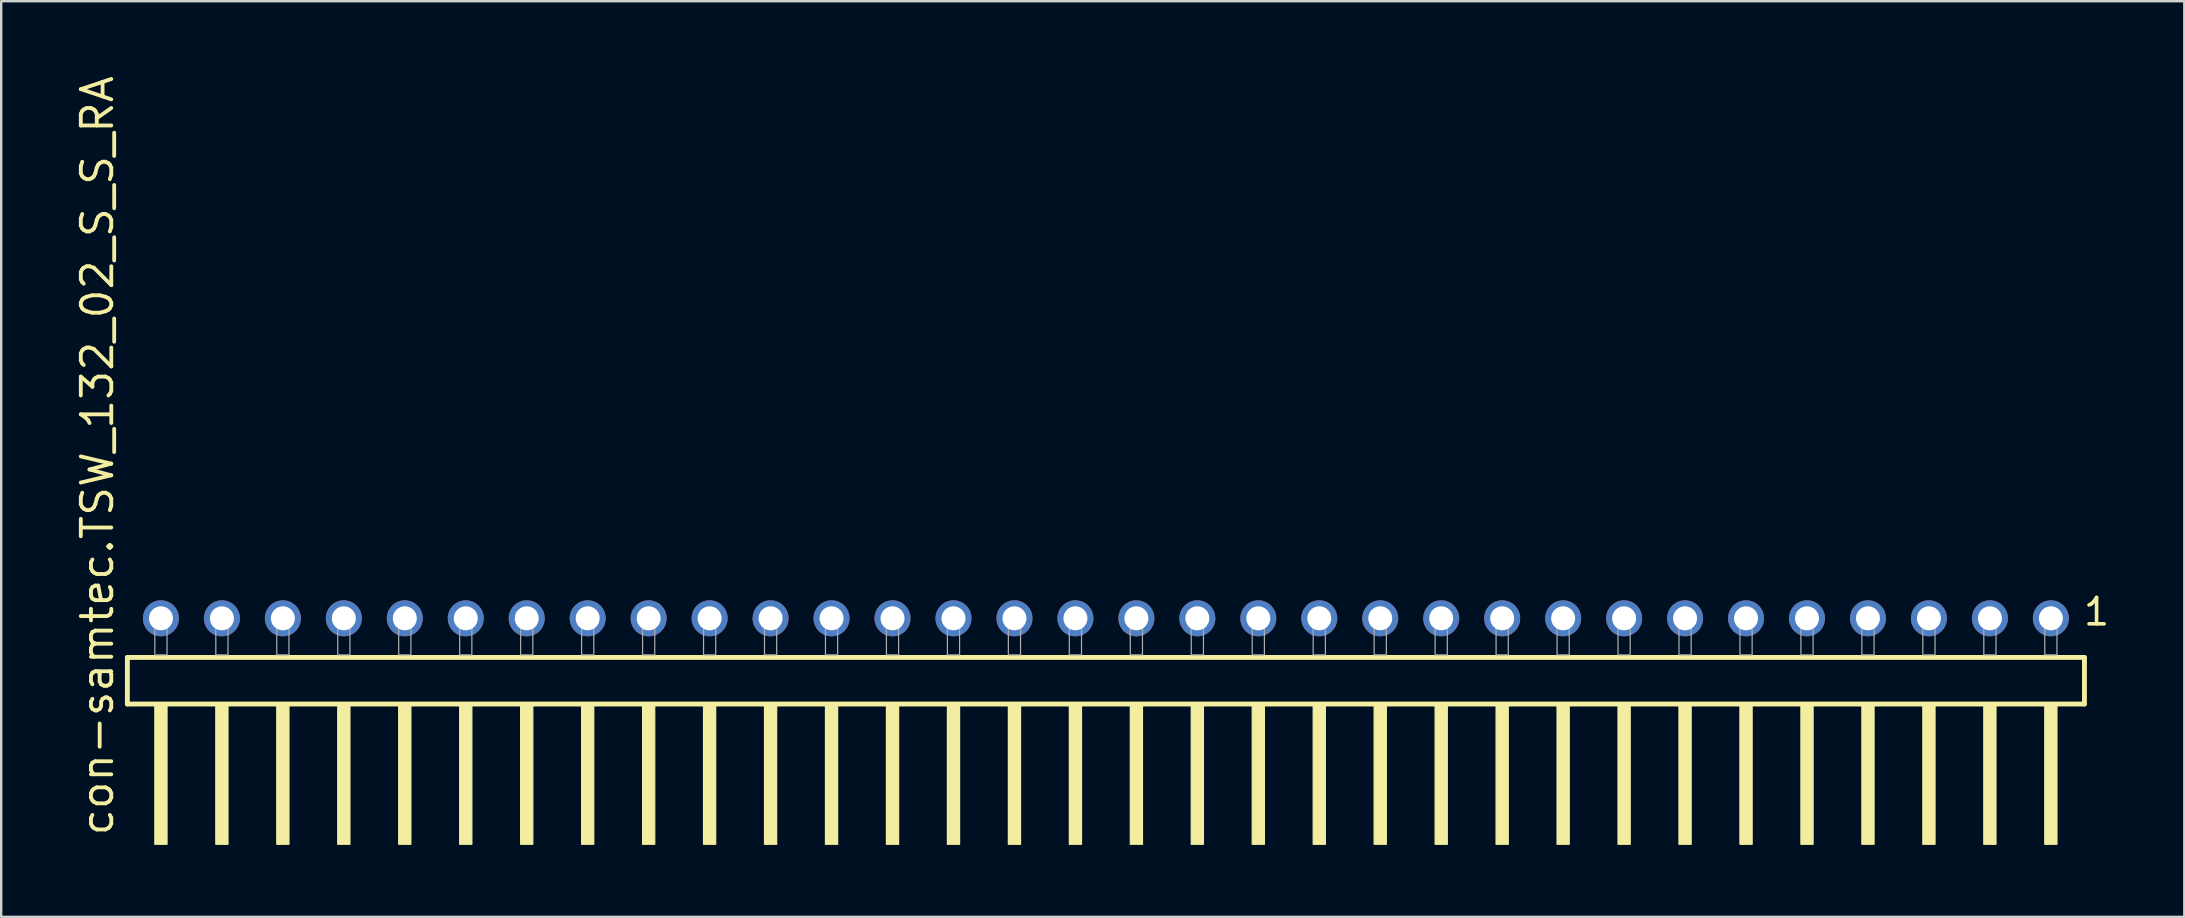
<source format=kicad_pcb>
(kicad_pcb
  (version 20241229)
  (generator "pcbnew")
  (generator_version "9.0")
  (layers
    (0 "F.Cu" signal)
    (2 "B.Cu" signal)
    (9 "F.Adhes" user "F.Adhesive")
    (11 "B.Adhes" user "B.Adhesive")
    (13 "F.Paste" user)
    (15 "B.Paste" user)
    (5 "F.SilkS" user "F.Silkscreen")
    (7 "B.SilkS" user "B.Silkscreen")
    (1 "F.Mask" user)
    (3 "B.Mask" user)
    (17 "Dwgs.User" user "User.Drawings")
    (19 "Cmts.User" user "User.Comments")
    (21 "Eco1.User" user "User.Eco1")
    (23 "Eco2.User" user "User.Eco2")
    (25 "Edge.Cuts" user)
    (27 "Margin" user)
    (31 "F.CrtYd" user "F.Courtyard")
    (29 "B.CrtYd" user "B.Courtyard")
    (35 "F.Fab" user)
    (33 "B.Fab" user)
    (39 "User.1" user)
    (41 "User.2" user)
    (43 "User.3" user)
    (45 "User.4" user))
  (footprint "con-samtec.TSW_132_02_S_S_RA"
    (layer "F.Cu")
    (at 43.025 24.235)
    (property "Reference" "con-samtec.TSW_132_02_S_S_RA" (at -41.275 7.62 90) (layer "F.SilkS") (effects (font (size 1.27 1.27) (thickness 0.16)) (justify left bottom)))
    (attr through_hole)
    (fp_line (start -40.769 0.106) (end -40.769 2.046) (stroke (width 0.203) (type default)) (layer "F.SilkS"))
    (fp_line (start -40.769 2.046) (end 40.769 2.046) (stroke (width 0.203) (type default)) (layer "F.SilkS"))
    (fp_line (start 40.769 0.106) (end -40.769 0.106) (stroke (width 0.203) (type default)) (layer "F.SilkS"))
    (fp_line (start 40.769 2.046) (end 40.769 0.106) (stroke (width 0.203) (type default)) (layer "F.SilkS"))
    (fp_rect (start -39.624 7.89) (end -39.116 2.04) (stroke (width 0.05) (type default)) (fill yes) (layer "F.SilkS"))
    (fp_rect (start -37.084 7.89) (end -36.576 2.04) (stroke (width 0.05) (type default)) (fill yes) (layer "F.SilkS"))
    (fp_rect (start -34.544 7.89) (end -34.036 2.04) (stroke (width 0.05) (type default)) (fill yes) (layer "F.SilkS"))
    (fp_rect (start -32.004 7.89) (end -31.496 2.04) (stroke (width 0.05) (type default)) (fill yes) (layer "F.SilkS"))
    (fp_rect (start -29.464 7.89) (end -28.956 2.04) (stroke (width 0.05) (type default)) (fill yes) (layer "F.SilkS"))
    (fp_rect (start -26.924 7.89) (end -26.416 2.04) (stroke (width 0.05) (type default)) (fill yes) (layer "F.SilkS"))
    (fp_rect (start -24.384 7.89) (end -23.876 2.04) (stroke (width 0.05) (type default)) (fill yes) (layer "F.SilkS"))
    (fp_rect (start -21.844 7.89) (end -21.336 2.04) (stroke (width 0.05) (type default)) (fill yes) (layer "F.SilkS"))
    (fp_rect (start -19.304 7.89) (end -18.796 2.04) (stroke (width 0.05) (type default)) (fill yes) (layer "F.SilkS"))
    (fp_rect (start -16.764 7.89) (end -16.256 2.04) (stroke (width 0.05) (type default)) (fill yes) (layer "F.SilkS"))
    (fp_rect (start -14.224 7.89) (end -13.716 2.04) (stroke (width 0.05) (type default)) (fill yes) (layer "F.SilkS"))
    (fp_rect (start -11.684 7.89) (end -11.176 2.04) (stroke (width 0.05) (type default)) (fill yes) (layer "F.SilkS"))
    (fp_rect (start -9.144 7.89) (end -8.636 2.04) (stroke (width 0.05) (type default)) (fill yes) (layer "F.SilkS"))
    (fp_rect (start -6.604 7.89) (end -6.096 2.04) (stroke (width 0.05) (type default)) (fill yes) (layer "F.SilkS"))
    (fp_rect (start -4.064 7.89) (end -3.556 2.04) (stroke (width 0.05) (type default)) (fill yes) (layer "F.SilkS"))
    (fp_rect (start -1.524 7.89) (end -1.016 2.04) (stroke (width 0.05) (type default)) (fill yes) (layer "F.SilkS"))
    (fp_rect (start 1.016 7.89) (end 1.524 2.04) (stroke (width 0.05) (type default)) (fill yes) (layer "F.SilkS"))
    (fp_rect (start 3.556 7.89) (end 4.064 2.04) (stroke (width 0.05) (type default)) (fill yes) (layer "F.SilkS"))
    (fp_rect (start 6.096 7.89) (end 6.604 2.04) (stroke (width 0.05) (type default)) (fill yes) (layer "F.SilkS"))
    (fp_rect (start 8.636 7.89) (end 9.144 2.04) (stroke (width 0.05) (type default)) (fill yes) (layer "F.SilkS"))
    (fp_rect (start 11.176 7.89) (end 11.684 2.04) (stroke (width 0.05) (type default)) (fill yes) (layer "F.SilkS"))
    (fp_rect (start 13.716 7.89) (end 14.224 2.04) (stroke (width 0.05) (type default)) (fill yes) (layer "F.SilkS"))
    (fp_rect (start 16.256 7.89) (end 16.764 2.04) (stroke (width 0.05) (type default)) (fill yes) (layer "F.SilkS"))
    (fp_rect (start 18.796 7.89) (end 19.304 2.04) (stroke (width 0.05) (type default)) (fill yes) (layer "F.SilkS"))
    (fp_rect (start 21.336 7.89) (end 21.844 2.04) (stroke (width 0.05) (type default)) (fill yes) (layer "F.SilkS"))
    (fp_rect (start 23.876 7.89) (end 24.384 2.04) (stroke (width 0.05) (type default)) (fill yes) (layer "F.SilkS"))
    (fp_rect (start 26.416 7.89) (end 26.924 2.04) (stroke (width 0.05) (type default)) (fill yes) (layer "F.SilkS"))
    (fp_rect (start 28.956 7.89) (end 29.464 2.04) (stroke (width 0.05) (type default)) (fill yes) (layer "F.SilkS"))
    (fp_rect (start 31.496 7.89) (end 32.004 2.04) (stroke (width 0.05) (type default)) (fill yes) (layer "F.SilkS"))
    (fp_rect (start 34.036 7.89) (end 34.544 2.04) (stroke (width 0.05) (type default)) (fill yes) (layer "F.SilkS"))
    (fp_rect (start 36.576 7.89) (end 37.084 2.04) (stroke (width 0.05) (type default)) (fill yes) (layer "F.SilkS"))
    (fp_rect (start 39.116 7.89) (end 39.624 2.04) (stroke (width 0.05) (type default)) (fill yes) (layer "F.SilkS"))
    (fp_rect (start -39.624 0) (end -39.116 -1.778) (stroke (width 0.05) (type default)) (fill no) (layer "F.Fab"))
    (fp_rect (start -37.084 0) (end -36.576 -1.778) (stroke (width 0.05) (type default)) (fill no) (layer "F.Fab"))
    (fp_rect (start -34.544 0) (end -34.036 -1.778) (stroke (width 0.05) (type default)) (fill no) (layer "F.Fab"))
    (fp_rect (start -32.004 0) (end -31.496 -1.778) (stroke (width 0.05) (type default)) (fill no) (layer "F.Fab"))
    (fp_rect (start -29.464 0) (end -28.956 -1.778) (stroke (width 0.05) (type default)) (fill no) (layer "F.Fab"))
    (fp_rect (start -26.924 0) (end -26.416 -1.778) (stroke (width 0.05) (type default)) (fill no) (layer "F.Fab"))
    (fp_rect (start -24.384 0) (end -23.876 -1.778) (stroke (width 0.05) (type default)) (fill no) (layer "F.Fab"))
    (fp_rect (start -21.844 0) (end -21.336 -1.778) (stroke (width 0.05) (type default)) (fill no) (layer "F.Fab"))
    (fp_rect (start -19.304 0) (end -18.796 -1.778) (stroke (width 0.05) (type default)) (fill no) (layer "F.Fab"))
    (fp_rect (start -16.764 0) (end -16.256 -1.778) (stroke (width 0.05) (type default)) (fill no) (layer "F.Fab"))
    (fp_rect (start -14.224 0) (end -13.716 -1.778) (stroke (width 0.05) (type default)) (fill no) (layer "F.Fab"))
    (fp_rect (start -11.684 0) (end -11.176 -1.778) (stroke (width 0.05) (type default)) (fill no) (layer "F.Fab"))
    (fp_rect (start -9.144 0) (end -8.636 -1.778) (stroke (width 0.05) (type default)) (fill no) (layer "F.Fab"))
    (fp_rect (start -6.604 0) (end -6.096 -1.778) (stroke (width 0.05) (type default)) (fill no) (layer "F.Fab"))
    (fp_rect (start -4.064 0) (end -3.556 -1.778) (stroke (width 0.05) (type default)) (fill no) (layer "F.Fab"))
    (fp_rect (start -1.524 0) (end -1.016 -1.778) (stroke (width 0.05) (type default)) (fill no) (layer "F.Fab"))
    (fp_rect (start 1.016 0) (end 1.524 -1.778) (stroke (width 0.05) (type default)) (fill no) (layer "F.Fab"))
    (fp_rect (start 3.556 0) (end 4.064 -1.778) (stroke (width 0.05) (type default)) (fill no) (layer "F.Fab"))
    (fp_rect (start 6.096 0) (end 6.604 -1.778) (stroke (width 0.05) (type default)) (fill no) (layer "F.Fab"))
    (fp_rect (start 8.636 0) (end 9.144 -1.778) (stroke (width 0.05) (type default)) (fill no) (layer "F.Fab"))
    (fp_rect (start 11.176 0) (end 11.684 -1.778) (stroke (width 0.05) (type default)) (fill no) (layer "F.Fab"))
    (fp_rect (start 13.716 0) (end 14.224 -1.778) (stroke (width 0.05) (type default)) (fill no) (layer "F.Fab"))
    (fp_rect (start 16.256 0) (end 16.764 -1.778) (stroke (width 0.05) (type default)) (fill no) (layer "F.Fab"))
    (fp_rect (start 18.796 0) (end 19.304 -1.778) (stroke (width 0.05) (type default)) (fill no) (layer "F.Fab"))
    (fp_rect (start 21.336 0) (end 21.844 -1.778) (stroke (width 0.05) (type default)) (fill no) (layer "F.Fab"))
    (fp_rect (start 23.876 0) (end 24.384 -1.778) (stroke (width 0.05) (type default)) (fill no) (layer "F.Fab"))
    (fp_rect (start 26.416 0) (end 26.924 -1.778) (stroke (width 0.05) (type default)) (fill no) (layer "F.Fab"))
    (fp_rect (start 28.956 0) (end 29.464 -1.778) (stroke (width 0.05) (type default)) (fill no) (layer "F.Fab"))
    (fp_rect (start 31.496 0) (end 32.004 -1.778) (stroke (width 0.05) (type default)) (fill no) (layer "F.Fab"))
    (fp_rect (start 34.036 0) (end 34.544 -1.778) (stroke (width 0.05) (type default)) (fill no) (layer "F.Fab"))
    (fp_rect (start 36.576 0) (end 37.084 -1.778) (stroke (width 0.05) (type default)) (fill no) (layer "F.Fab"))
    (fp_rect (start 39.116 0) (end 39.624 -1.778) (stroke (width 0.05) (type default)) (fill no) (layer "F.Fab"))
    (fp_text user "1" (at 40.652 -1.152 0) (layer "F.SilkS") (effects (font (size 1.1 1.1) (thickness 0.15)) (justify left bottom)))
    (pad "1" thru_hole circle (at 39.37 -1.524 180) (size 1.5 1.5) (drill 1) (layers "*.Cu" "*.Mask"))
    (pad "2" thru_hole circle (at 36.83 -1.524 180) (size 1.5 1.5) (drill 1) (layers "*.Cu" "*.Mask"))
    (pad "3" thru_hole circle (at 34.29 -1.524 180) (size 1.5 1.5) (drill 1) (layers "*.Cu" "*.Mask"))
    (pad "4" thru_hole circle (at 31.75 -1.524 180) (size 1.5 1.5) (drill 1) (layers "*.Cu" "*.Mask"))
    (pad "5" thru_hole circle (at 29.21 -1.524 180) (size 1.5 1.5) (drill 1) (layers "*.Cu" "*.Mask"))
    (pad "6" thru_hole circle (at 26.67 -1.524 180) (size 1.5 1.5) (drill 1) (layers "*.Cu" "*.Mask"))
    (pad "7" thru_hole circle (at 24.13 -1.524 180) (size 1.5 1.5) (drill 1) (layers "*.Cu" "*.Mask"))
    (pad "8" thru_hole circle (at 21.59 -1.524 180) (size 1.5 1.5) (drill 1) (layers "*.Cu" "*.Mask"))
    (pad "9" thru_hole circle (at 19.05 -1.524 180) (size 1.5 1.5) (drill 1) (layers "*.Cu" "*.Mask"))
    (pad "10" thru_hole circle (at 16.51 -1.524 180) (size 1.5 1.5) (drill 1) (layers "*.Cu" "*.Mask"))
    (pad "11" thru_hole circle (at 13.97 -1.524 180) (size 1.5 1.5) (drill 1) (layers "*.Cu" "*.Mask"))
    (pad "12" thru_hole circle (at 11.43 -1.524 180) (size 1.5 1.5) (drill 1) (layers "*.Cu" "*.Mask"))
    (pad "13" thru_hole circle (at 8.89 -1.524 180) (size 1.5 1.5) (drill 1) (layers "*.Cu" "*.Mask"))
    (pad "14" thru_hole circle (at 6.35 -1.524 180) (size 1.5 1.5) (drill 1) (layers "*.Cu" "*.Mask"))
    (pad "15" thru_hole circle (at 3.81 -1.524 180) (size 1.5 1.5) (drill 1) (layers "*.Cu" "*.Mask"))
    (pad "16" thru_hole circle (at 1.27 -1.524 180) (size 1.5 1.5) (drill 1) (layers "*.Cu" "*.Mask"))
    (pad "17" thru_hole circle (at -1.27 -1.524 180) (size 1.5 1.5) (drill 1) (layers "*.Cu" "*.Mask"))
    (pad "18" thru_hole circle (at -3.81 -1.524 180) (size 1.5 1.5) (drill 1) (layers "*.Cu" "*.Mask"))
    (pad "19" thru_hole circle (at -6.35 -1.524 180) (size 1.5 1.5) (drill 1) (layers "*.Cu" "*.Mask"))
    (pad "20" thru_hole circle (at -8.89 -1.524 180) (size 1.5 1.5) (drill 1) (layers "*.Cu" "*.Mask"))
    (pad "21" thru_hole circle (at -11.43 -1.524 180) (size 1.5 1.5) (drill 1) (layers "*.Cu" "*.Mask"))
    (pad "22" thru_hole circle (at -13.97 -1.524 180) (size 1.5 1.5) (drill 1) (layers "*.Cu" "*.Mask"))
    (pad "23" thru_hole circle (at -16.51 -1.524 180) (size 1.5 1.5) (drill 1) (layers "*.Cu" "*.Mask"))
    (pad "24" thru_hole circle (at -19.05 -1.524 180) (size 1.5 1.5) (drill 1) (layers "*.Cu" "*.Mask"))
    (pad "25" thru_hole circle (at -21.59 -1.524 180) (size 1.5 1.5) (drill 1) (layers "*.Cu" "*.Mask"))
    (pad "26" thru_hole circle (at -24.13 -1.524 180) (size 1.5 1.5) (drill 1) (layers "*.Cu" "*.Mask"))
    (pad "27" thru_hole circle (at -26.67 -1.524 180) (size 1.5 1.5) (drill 1) (layers "*.Cu" "*.Mask"))
    (pad "28" thru_hole circle (at -29.21 -1.524 180) (size 1.5 1.5) (drill 1) (layers "*.Cu" "*.Mask"))
    (pad "29" thru_hole circle (at -31.75 -1.524 180) (size 1.5 1.5) (drill 1) (layers "*.Cu" "*.Mask"))
    (pad "30" thru_hole circle (at -34.29 -1.524 180) (size 1.5 1.5) (drill 1) (layers "*.Cu" "*.Mask"))
    (pad "31" thru_hole circle (at -36.83 -1.524 180) (size 1.5 1.5) (drill 1) (layers "*.Cu" "*.Mask"))
    (pad "32" thru_hole circle (at -39.37 -1.524 180) (size 1.5 1.5) (drill 1) (layers "*.Cu" "*.Mask")))
  (gr_rect
    (start -3 -3)
    (end 87.955 35.15)
    (stroke (width 0.1) (type default))
    (fill no)
    (layer "Edge.Cuts")))
</source>
